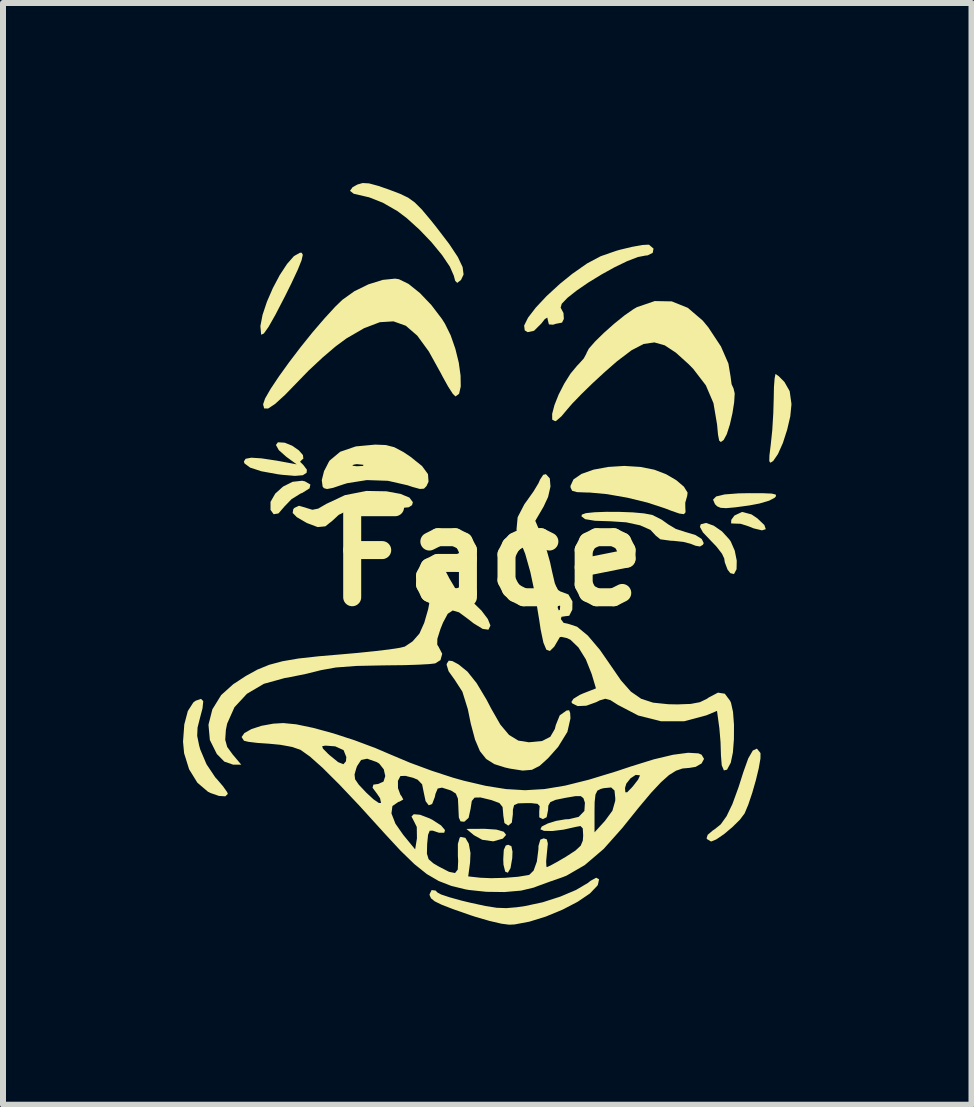
<source format=kicad_pcb>
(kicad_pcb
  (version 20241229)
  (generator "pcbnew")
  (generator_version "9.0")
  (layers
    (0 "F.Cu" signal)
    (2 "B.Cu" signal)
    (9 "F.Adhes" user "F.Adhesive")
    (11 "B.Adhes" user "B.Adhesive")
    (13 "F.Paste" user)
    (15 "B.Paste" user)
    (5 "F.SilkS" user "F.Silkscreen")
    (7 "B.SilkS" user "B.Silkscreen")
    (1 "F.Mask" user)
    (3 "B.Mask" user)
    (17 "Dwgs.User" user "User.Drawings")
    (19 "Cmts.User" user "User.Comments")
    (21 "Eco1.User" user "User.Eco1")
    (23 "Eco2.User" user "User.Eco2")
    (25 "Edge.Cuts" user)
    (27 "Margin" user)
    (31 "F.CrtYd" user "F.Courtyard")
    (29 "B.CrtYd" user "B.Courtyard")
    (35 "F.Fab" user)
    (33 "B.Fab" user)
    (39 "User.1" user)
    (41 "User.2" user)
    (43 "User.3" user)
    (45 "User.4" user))
  (footprint "Face"
    (layer "F.Cu")
    (at 5.069 6.224)
    (property "Reference" "Face" (at 0 0 0) (layer "F.SilkS") (effects (font (size 1.5 1.5) (thickness 0.3))))
    (attr board_only exclude_from_pos_files exclude_from_bom)
    (fp_poly (pts (xy 0.152 4.55) (xy 0.275 4.586) (xy 0.315 4.638) (xy 0.26 4.701) (xy 0.1 4.746) (xy -0.083 4.72) (xy -0.221 4.644) (xy -0.347 4.539) (xy -0.043 4.537)) (stroke (width 0) (type solid)) (fill yes) (layer "F.SilkS"))
    (fp_poly (pts (xy 0.403 4.827) (xy 0.421 4.917) (xy 0.417 5.025) (xy 0.388 5.193) (xy 0.344 5.269) (xy 0.3 5.251) (xy 0.271 5.136) (xy 0.267 5.047) (xy 0.276 4.889) (xy 0.309 4.815) (xy 0.35 4.803)) (stroke (width 0) (type solid)) (fill yes) (layer "F.SilkS"))
    (fp_poly (pts (xy 4.404 -0.702) (xy 4.502 -0.636) (xy 4.618 -0.525) (xy 4.642 -0.456) (xy 4.579 -0.436) (xy 4.438 -0.47) (xy 4.351 -0.505) (xy 4.22 -0.546) (xy 4.125 -0.549) (xy 4.124 -0.549) (xy 4.064 -0.552) (xy 4.067 -0.611) (xy 4.119 -0.683) (xy 4.246 -0.743)) (stroke (width 0) (type solid)) (fill yes) (layer "F.SilkS"))
    (fp_poly (pts (xy -3.038 -1.253) (xy -2.947 -1.2) (xy -2.961 -1.136) (xy -3.079 -1.062) (xy -3.111 -1.049) (xy -3.261 -0.956) (xy -3.377 -0.836) (xy -3.379 -0.834) (xy -3.479 -0.718) (xy -3.559 -0.705) (xy -3.611 -0.777) (xy -3.611 -0.911) (xy -3.533 -1.048) (xy -3.402 -1.166) (xy -3.244 -1.245) (xy -3.084 -1.263)) (stroke (width 0) (type solid)) (fill yes) (layer "F.SilkS"))
    (fp_poly (pts (xy 4.601 -1.055) (xy 4.741 -1.049) (xy 4.807 -1.033) (xy 4.813 -1.007) (xy 4.791 -0.98) (xy 4.7 -0.932) (xy 4.539 -0.884) (xy 4.371 -0.852) (xy 4.135 -0.82) (xy 3.982 -0.806) (xy 3.888 -0.812) (xy 3.831 -0.837) (xy 3.795 -0.873) (xy 3.763 -0.948) (xy 3.815 -1.001) (xy 3.955 -1.035) (xy 4.192 -1.053) (xy 4.369 -1.056)) (stroke (width 0) (type solid)) (fill yes) (layer "F.SilkS"))
    (fp_poly (pts (xy -3.092 -5.062) (xy -3.073 -5.028) (xy -3.093 -4.939) (xy -3.155 -4.784) (xy -3.263 -4.553) (xy -3.374 -4.329) (xy -3.529 -4.03) (xy -3.644 -3.827) (xy -3.722 -3.717) (xy -3.763 -3.697) (xy -3.768 -3.704) (xy -3.78 -3.84) (xy -3.744 -4.027) (xy -3.671 -4.246) (xy -3.572 -4.474) (xy -3.457 -4.691) (xy -3.336 -4.875) (xy -3.22 -5.007) (xy -3.119 -5.063)) (stroke (width 0) (type solid)) (fill yes) (layer "F.SilkS"))
    (fp_poly (pts (xy 3.775 -0.514) (xy 3.913 -0.418) (xy 4.033 -0.287) (xy 4.058 -0.251) (xy 4.125 -0.097) (xy 4.158 0.069) (xy 4.155 0.211) (xy 4.112 0.292) (xy 4.051 0.277) (xy 4.005 0.218) (xy 3.959 0.097) (xy 3.949 0.032) (xy 3.912 -0.047) (xy 3.819 -0.167) (xy 3.725 -0.265) (xy 3.594 -0.403) (xy 3.545 -0.493) (xy 3.558 -0.538) (xy 3.647 -0.56)) (stroke (width 0) (type solid)) (fill yes) (layer "F.SilkS"))
    (fp_poly (pts (xy 4.858 -3.005) (xy 4.945 -2.917) (xy 4.953 -2.908) (xy 5.04 -2.756) (xy 5.069 -2.549) (xy 5.069 -2.526) (xy 5.05 -2.335) (xy 4.998 -2.113) (xy 4.927 -1.892) (xy 4.845 -1.708) (xy 4.766 -1.593) (xy 4.76 -1.588) (xy 4.718 -1.563) (xy 4.7 -1.59) (xy 4.703 -1.687) (xy 4.725 -1.868) (xy 4.75 -2.106) (xy 4.767 -2.388) (xy 4.774 -2.628) (xy 4.778 -2.823) (xy 4.789 -2.968) (xy 4.803 -3.039) (xy 4.806 -3.042)) (stroke (width 0) (type solid)) (fill yes) (layer "F.SilkS"))
    (fp_poly (pts (xy -4.732 2.41) (xy -4.744 2.528) (xy -4.783 2.676) (xy -4.827 2.85) (xy -4.833 2.989) (xy -4.8 3.151) (xy -4.781 3.218) (xy -4.678 3.461) (xy -4.531 3.681) (xy -4.511 3.702) (xy -4.404 3.827) (xy -4.336 3.923) (xy -4.322 3.955) (xy -4.364 3.996) (xy -4.471 3.989) (xy -4.613 3.94) (xy -4.654 3.919) (xy -4.83 3.769) (xy -4.968 3.545) (xy -5.051 3.278) (xy -5.069 3.085) (xy -5.048 2.798) (xy -4.989 2.574) (xy -4.897 2.431) (xy -4.857 2.402) (xy -4.769 2.372)) (stroke (width 0) (type solid)) (fill yes) (layer "F.SilkS"))
    (fp_poly (pts (xy 4.551 3.271) (xy 4.554 3.278) (xy 4.553 3.366) (xy 4.525 3.526) (xy 4.477 3.726) (xy 4.416 3.939) (xy 4.351 4.133) (xy 4.289 4.281) (xy 4.287 4.283) (xy 4.211 4.385) (xy 4.087 4.507) (xy 3.946 4.626) (xy 3.817 4.714) (xy 3.73 4.749) (xy 3.666 4.711) (xy 3.655 4.695) (xy 3.674 4.637) (xy 3.762 4.562) (xy 3.784 4.549) (xy 3.891 4.463) (xy 3.989 4.326) (xy 4.086 4.124) (xy 4.189 3.841) (xy 4.269 3.589) (xy 4.35 3.363) (xy 4.426 3.232) (xy 4.494 3.201)) (stroke (width 0) (type solid)) (fill yes) (layer "F.SilkS"))
    (fp_poly (pts (xy -3.375 -1.897) (xy -3.249 -1.846) (xy -3.14 -1.77) (xy -3.071 -1.691) (xy -3.064 -1.63) (xy -3.084 -1.616) (xy -3.119 -1.58) (xy -3.063 -1.524) (xy -3.005 -1.446) (xy -3.01 -1.395) (xy -3.073 -1.355) (xy -3.204 -1.344) (xy -3.419 -1.362) (xy -3.495 -1.372) (xy -3.764 -1.421) (xy -3.951 -1.482) (xy -4.045 -1.552) (xy -4.055 -1.584) (xy -4.026 -1.629) (xy -3.932 -1.647) (xy -3.761 -1.636) (xy -3.503 -1.597) (xy -3.362 -1.571) (xy -3.175 -1.536) (xy -3.348 -1.662) (xy -3.473 -1.773) (xy -3.521 -1.859) (xy -3.488 -1.904)) (stroke (width 0) (type solid)) (fill yes) (layer "F.SilkS"))
    (fp_poly (pts (xy 2.555 -1.493) (xy 2.784 -1.447) (xy 2.98 -1.372) (xy 3.151 -1.272) (xy 3.278 -1.164) (xy 3.339 -1.065) (xy 3.332 -1.01) (xy 3.3 -0.897) (xy 3.301 -0.814) (xy 3.305 -0.738) (xy 3.278 -0.706) (xy 3.202 -0.716) (xy 3.055 -0.767) (xy 2.962 -0.803) (xy 2.669 -0.899) (xy 2.332 -0.981) (xy 1.994 -1.04) (xy 1.701 -1.067) (xy 1.656 -1.067) (xy 1.496 -1.073) (xy 1.415 -1.096) (xy 1.389 -1.148) (xy 1.387 -1.176) (xy 1.437 -1.285) (xy 1.572 -1.377) (xy 1.772 -1.448) (xy 2.016 -1.493) (xy 2.284 -1.51)) (stroke (width 0) (type solid)) (fill yes) (layer "F.SilkS"))
    (fp_poly (pts (xy -1.68 -1.087) (xy -1.446 -1.044) (xy -1.296 -0.982) (xy -1.239 -0.905) (xy -1.253 -0.856) (xy -1.307 -0.821) (xy -1.425 -0.809) (xy -1.624 -0.817) (xy -1.709 -0.824) (xy -2.034 -0.833) (xy -2.283 -0.791) (xy -2.475 -0.694) (xy -2.583 -0.594) (xy -2.698 -0.503) (xy -2.826 -0.491) (xy -2.999 -0.556) (xy -3.015 -0.564) (xy -3.173 -0.656) (xy -3.242 -0.726) (xy -3.232 -0.789) (xy -3.214 -0.81) (xy -3.137 -0.846) (xy -3.021 -0.813) (xy -3.015 -0.81) (xy -2.913 -0.779) (xy -2.816 -0.799) (xy -2.68 -0.878) (xy -2.371 -1.023) (xy -2.013 -1.093)) (stroke (width 0) (type solid)) (fill yes) (layer "F.SilkS"))
    (fp_poly (pts (xy -1.969 -6.218) (xy -1.814 -6.176) (xy -1.63 -6.112) (xy -1.451 -6.044) (xy -1.318 -5.98) (xy -1.207 -5.9) (xy -1.092 -5.785) (xy -0.949 -5.615) (xy -0.853 -5.495) (xy -0.635 -5.21) (xy -0.489 -4.99) (xy -0.41 -4.823) (xy -0.394 -4.7) (xy -0.435 -4.612) (xy -0.441 -4.605) (xy -0.5 -4.56) (xy -0.534 -4.595) (xy -0.557 -4.681) (xy -0.623 -4.831) (xy -0.753 -5.024) (xy -0.929 -5.238) (xy -1.132 -5.45) (xy -1.341 -5.639) (xy -1.496 -5.756) (xy -1.74 -5.896) (xy -1.968 -5.986) (xy -2.056 -6.006) (xy -2.224 -6.045) (xy -2.287 -6.094) (xy -2.243 -6.155) (xy -2.163 -6.199) (xy -2.076 -6.224)) (stroke (width 0) (type solid)) (fill yes) (layer "F.SilkS"))
    (fp_poly (pts (xy 2.206 -0.744) (xy 2.424 -0.736) (xy 2.612 -0.719) (xy 2.742 -0.695) (xy 2.758 -0.69) (xy 2.909 -0.613) (xy 3.015 -0.537) (xy 3.141 -0.461) (xy 3.303 -0.408) (xy 3.316 -0.405) (xy 3.469 -0.359) (xy 3.574 -0.293) (xy 3.608 -0.224) (xy 3.593 -0.195) (xy 3.545 -0.167) (xy 3.471 -0.18) (xy 3.388 -0.213) (xy 3.267 -0.244) (xy 3.1 -0.262) (xy 3.061 -0.263) (xy 2.885 -0.287) (xy 2.808 -0.349) (xy 2.72 -0.444) (xy 2.548 -0.52) (xy 2.316 -0.57) (xy 2.06 -0.587) (xy 1.794 -0.596) (xy 1.631 -0.623) (xy 1.57 -0.67) (xy 1.578 -0.699) (xy 1.644 -0.723) (xy 1.789 -0.738) (xy 1.985 -0.745)) (stroke (width 0) (type solid)) (fill yes) (layer "F.SilkS"))
    (fp_poly (pts (xy -1.69 -1.858) (xy -1.549 -1.822) (xy -1.4 -1.743) (xy -1.281 -1.664) (xy -1.086 -1.508) (xy -0.987 -1.373) (xy -0.978 -1.247) (xy -1.012 -1.174) (xy -1.054 -1.131) (xy -1.122 -1.126) (xy -1.246 -1.16) (xy -1.326 -1.187) (xy -1.654 -1.262) (xy -2.006 -1.274) (xy -2.334 -1.222) (xy -2.401 -1.201) (xy -2.571 -1.144) (xy -2.669 -1.125) (xy -2.721 -1.139) (xy -2.743 -1.166) (xy -2.757 -1.273) (xy -2.719 -1.424) (xy -2.672 -1.514) (xy -2.249 -1.514) (xy -2.178 -1.505) (xy -2.161 -1.505) (xy -2.07 -1.51) (xy -2.062 -1.527) (xy -2.067 -1.529) (xy -2.173 -1.54) (xy -2.227 -1.531) (xy -2.249 -1.514) (xy -2.672 -1.514) (xy -2.639 -1.579) (xy -2.624 -1.601) (xy -2.45 -1.746) (xy -2.19 -1.835) (xy -1.868 -1.865)) (stroke (width 0) (type solid)) (fill yes) (layer "F.SilkS"))
    (fp_poly (pts (xy 1.864 5.379) (xy 1.844 5.47) (xy 1.835 5.485) (xy 1.711 5.615) (xy 1.509 5.752) (xy 1.256 5.884) (xy 0.978 5.999) (xy 0.701 6.085) (xy 0.454 6.131) (xy 0.365 6.135) (xy 0.235 6.118) (xy 0.038 6.072) (xy -0.19 6.006) (xy -0.285 5.975) (xy -0.563 5.878) (xy -0.755 5.804) (xy -0.874 5.746) (xy -0.937 5.695) (xy -0.96 5.643) (xy -0.961 5.628) (xy -0.927 5.558) (xy -0.86 5.566) (xy -0.829 5.599) (xy -0.767 5.632) (xy -0.625 5.679) (xy -0.426 5.734) (xy -0.285 5.768) (xy -0.032 5.823) (xy 0.157 5.853) (xy 0.319 5.859) (xy 0.493 5.844) (xy 0.632 5.824) (xy 0.925 5.761) (xy 1.218 5.667) (xy 1.48 5.556) (xy 1.678 5.439) (xy 1.72 5.405) (xy 1.815 5.352)) (stroke (width 0) (type solid)) (fill yes) (layer "F.SilkS"))
    (fp_poly (pts (xy -0.581 1.742) (xy -0.48 1.796) (xy -0.33 1.917) (xy -0.177 2.109) (xy -0.011 2.386) (xy 0.068 2.537) (xy 0.219 2.801) (xy 0.364 2.973) (xy 0.518 3.067) (xy 0.694 3.095) (xy 0.695 3.095) (xy 0.914 3.074) (xy 1.051 3.004) (xy 1.127 2.873) (xy 1.143 2.808) (xy 1.208 2.647) (xy 1.32 2.567) (xy 1.365 2.561) (xy 1.382 2.607) (xy 1.387 2.697) (xy 1.336 2.922) (xy 1.181 3.173) (xy 1.015 3.36) (xy 0.875 3.487) (xy 0.745 3.554) (xy 0.591 3.567) (xy 0.38 3.534) (xy 0.295 3.515) (xy 0.118 3.459) (xy -0.017 3.374) (xy -0.121 3.244) (xy -0.203 3.051) (xy -0.275 2.78) (xy -0.323 2.545) (xy -0.414 2.252) (xy -0.544 2.051) (xy -0.644 1.911) (xy -0.677 1.803) (xy -0.673 1.784) (xy -0.641 1.735)) (stroke (width 0) (type solid)) (fill yes) (layer "F.SilkS"))
    (fp_poly (pts (xy 2.698 -5.194) (xy 2.771 -5.132) (xy 2.758 -5.061) (xy 2.672 -5.018) (xy 2.641 -5.016) (xy 2.511 -4.991) (xy 2.332 -4.922) (xy 2.123 -4.821) (xy 1.901 -4.698) (xy 1.684 -4.565) (xy 1.49 -4.432) (xy 1.337 -4.311) (xy 1.242 -4.212) (xy 1.223 -4.147) (xy 1.227 -4.141) (xy 1.271 -4.057) (xy 1.277 -3.96) (xy 1.247 -3.899) (xy 1.232 -3.895) (xy 1.142 -3.878) (xy 1.098 -3.863) (xy 1.028 -3.868) (xy 1.012 -3.93) (xy 1.001 -3.982) (xy 0.959 -3.956) (xy 0.901 -3.882) (xy 0.78 -3.762) (xy 0.674 -3.739) (xy 0.625 -3.769) (xy 0.615 -3.849) (xy 0.68 -3.98) (xy 0.809 -4.148) (xy 0.989 -4.34) (xy 1.211 -4.544) (xy 1.416 -4.71) (xy 1.664 -4.884) (xy 1.89 -5.004) (xy 2.145 -5.093) (xy 2.207 -5.111) (xy 2.411 -5.16) (xy 2.581 -5.191) (xy 2.686 -5.197)) (stroke (width 0) (type solid)) (fill yes) (layer "F.SilkS"))
    (fp_poly (pts (xy -1.471 -4.621) (xy -1.311 -4.543) (xy -1.123 -4.392) (xy -0.931 -4.191) (xy -0.756 -3.961) (xy -0.705 -3.881) (xy -0.609 -3.686) (xy -0.531 -3.462) (xy -0.474 -3.231) (xy -0.444 -3.014) (xy -0.441 -2.834) (xy -0.469 -2.711) (xy -0.529 -2.668) (xy -0.574 -2.712) (xy -0.65 -2.83) (xy -0.744 -2.999) (xy -0.773 -3.055) (xy -0.974 -3.418) (xy -1.165 -3.68) (xy -1.357 -3.846) (xy -1.562 -3.919) (xy -1.789 -3.905) (xy -2.05 -3.806) (xy -2.347 -3.634) (xy -2.528 -3.5) (xy -2.747 -3.313) (xy -2.975 -3.1) (xy -3.138 -2.932) (xy -3.368 -2.695) (xy -3.537 -2.541) (xy -3.652 -2.466) (xy -3.717 -2.468) (xy -3.735 -2.536) (xy -3.702 -2.633) (xy -3.61 -2.793) (xy -3.472 -3) (xy -3.301 -3.238) (xy -3.109 -3.49) (xy -2.908 -3.74) (xy -2.71 -3.97) (xy -2.53 -4.166) (xy -2.414 -4.278) (xy -2.214 -4.421) (xy -1.979 -4.536) (xy -1.741 -4.61) (xy -1.536 -4.631)) (stroke (width 0) (type solid)) (fill yes) (layer "F.SilkS"))
    (fp_poly (pts (xy 3.075 -4.252) (xy 3.343 -4.144) (xy 3.592 -3.931) (xy 3.685 -3.818) (xy 3.895 -3.5) (xy 4.019 -3.216) (xy 4.055 -3.001) (xy 4.072 -2.872) (xy 4.105 -2.799) (xy 4.124 -2.719) (xy 4.115 -2.57) (xy 4.086 -2.386) (xy 4.043 -2.198) (xy 3.992 -2.039) (xy 3.94 -1.942) (xy 3.937 -1.94) (xy 3.893 -1.908) (xy 3.865 -1.932) (xy 3.846 -2.03) (xy 3.83 -2.201) (xy 3.77 -2.556) (xy 3.643 -2.853) (xy 3.433 -3.127) (xy 3.36 -3.202) (xy 3.144 -3.397) (xy 2.959 -3.519) (xy 2.785 -3.568) (xy 2.607 -3.542) (xy 2.406 -3.438) (xy 2.166 -3.256) (xy 1.963 -3.079) (xy 1.758 -2.89) (xy 1.57 -2.707) (xy 1.42 -2.552) (xy 1.336 -2.455) (xy 1.237 -2.337) (xy 1.153 -2.264) (xy 1.133 -2.255) (xy 1.083 -2.281) (xy 1.082 -2.377) (xy 1.12 -2.523) (xy 1.189 -2.697) (xy 1.282 -2.879) (xy 1.388 -3.048) (xy 1.501 -3.184) (xy 1.516 -3.198) (xy 1.609 -3.301) (xy 1.653 -3.382) (xy 1.654 -3.39) (xy 1.693 -3.464) (xy 1.797 -3.583) (xy 1.945 -3.728) (xy 2.115 -3.879) (xy 2.286 -4.017) (xy 2.438 -4.123) (xy 2.495 -4.156) (xy 2.791 -4.257)) (stroke (width 0) (type solid)) (fill yes) (layer "F.SilkS"))
    (fp_poly (pts (xy -0.806 0.128) (xy -0.716 0.202) (xy -0.642 0.342) (xy -0.64 0.349) (xy -0.536 0.524) (xy -0.399 0.641) (xy -0.24 0.76) (xy -0.095 0.902) (xy 0.01 1.041) (xy 0.053 1.148) (xy 0.053 1.151) (xy 0.02 1.219) (xy -0.075 1.206) (xy -0.226 1.114) (xy -0.322 1.039) (xy -0.47 0.93) (xy -0.575 0.899) (xy -0.658 0.954) (xy -0.737 1.102) (xy -0.779 1.207) (xy -0.831 1.371) (xy -0.833 1.468) (xy -0.809 1.507) (xy -0.75 1.621) (xy -0.779 1.726) (xy -0.867 1.781) (xy -0.963 1.792) (xy -1.142 1.802) (xy -1.381 1.81) (xy -1.657 1.813) (xy -1.736 1.814) (xy -2.18 1.823) (xy -2.523 1.849) (xy -2.768 1.893) (xy -2.777 1.895) (xy -3.009 1.953) (xy -3.266 2.006) (xy -3.376 2.025) (xy -3.722 2.121) (xy -4.004 2.287) (xy -4.212 2.511) (xy -4.334 2.785) (xy -4.355 2.889) (xy -4.366 3.054) (xy -4.333 3.173) (xy -4.243 3.297) (xy -4.099 3.468) (xy -4.235 3.468) (xy -4.381 3.417) (xy -4.506 3.29) (xy -4.622 3.057) (xy -4.645 2.802) (xy -4.58 2.546) (xy -4.433 2.308) (xy -4.233 2.128) (xy -4.022 1.99) (xy -3.829 1.884) (xy -3.633 1.804) (xy -3.412 1.745) (xy -3.144 1.699) (xy -2.808 1.662) (xy -2.478 1.634) (xy -2.159 1.606) (xy -1.868 1.576) (xy -1.626 1.547) (xy -1.452 1.52) (xy -1.374 1.501) (xy -1.245 1.415) (xy -1.131 1.285) (xy -1.127 1.278) (xy -1.049 1.103) (xy -0.983 0.874) (xy -0.939 0.633) (xy -0.924 0.421) (xy -0.934 0.322) (xy -0.937 0.185) (xy -0.887 0.122)) (stroke (width 0) (type solid)) (fill yes) (layer "F.SilkS"))
    (fp_poly (pts (xy 1.043 -1.302) (xy 1.054 -1.166) (xy 1.014 -0.992) (xy 0.938 -0.829) (xy 0.801 -0.595) (xy 0.908 -0.344) (xy 0.979 -0.148) (xy 1.046 0.09) (xy 1.08 0.247) (xy 1.126 0.444) (xy 1.172 0.552) (xy 1.228 0.587) (xy 1.233 0.587) (xy 1.353 0.632) (xy 1.42 0.747) (xy 1.418 0.885) (xy 1.366 0.987) (xy 1.305 0.994) (xy 1.238 1.004) (xy 1.227 1.042) (xy 1.273 1.105) (xy 1.349 1.121) (xy 1.498 1.17) (xy 1.676 1.317) (xy 1.877 1.554) (xy 2.043 1.794) (xy 2.229 2.064) (xy 2.394 2.251) (xy 2.565 2.37) (xy 2.764 2.435) (xy 3.016 2.461) (xy 3.169 2.464) (xy 3.391 2.456) (xy 3.544 2.427) (xy 3.662 2.37) (xy 3.693 2.348) (xy 3.845 2.268) (xy 3.959 2.286) (xy 4.048 2.405) (xy 4.063 2.44) (xy 4.096 2.59) (xy 4.112 2.804) (xy 4.111 3.042) (xy 4.094 3.264) (xy 4.06 3.429) (xy 4.056 3.44) (xy 3.996 3.552) (xy 3.944 3.564) (xy 3.908 3.479) (xy 3.895 3.316) (xy 3.888 3.095) (xy 3.869 2.867) (xy 3.862 2.814) (xy 3.829 2.572) (xy 3.653 2.646) (xy 3.282 2.745) (xy 2.896 2.745) (xy 2.516 2.649) (xy 2.179 2.473) (xy 2.053 2.393) (xy 1.967 2.37) (xy 1.875 2.397) (xy 1.816 2.427) (xy 1.651 2.486) (xy 1.507 2.492) (xy 1.416 2.447) (xy 1.403 2.423) (xy 1.436 2.371) (xy 1.541 2.306) (xy 1.598 2.281) (xy 1.812 2.197) (xy 1.74 1.956) (xy 1.643 1.713) (xy 1.52 1.515) (xy 1.387 1.387) (xy 1.329 1.359) (xy 1.238 1.339) (xy 1.21 1.343) (xy 1.117 1.502) (xy 1.044 1.574) (xy 0.985 1.552) (xy 0.936 1.434) (xy 0.89 1.215) (xy 0.868 1.067) (xy 0.833 0.854) (xy 1.174 0.854) (xy 1.193 0.898) (xy 1.21 0.889) (xy 1.216 0.826) (xy 1.21 0.818) (xy 1.178 0.826) (xy 1.174 0.854) (xy 0.833 0.854) (xy 0.798 0.633) (xy 0.718 0.256) (xy 0.633 -0.045) (xy 0.558 -0.233) (xy 0.488 -0.449) (xy 0.507 -0.655) (xy 0.62 -0.873) (xy 0.663 -0.932) (xy 0.772 -1.086) (xy 0.854 -1.222) (xy 0.881 -1.283) (xy 0.933 -1.362) (xy 0.978 -1.373)) (stroke (width 0) (type solid)) (fill yes) (layer "F.SilkS"))
    (fp_poly (pts (xy -3.183 2.796) (xy -2.896 2.856) (xy -2.564 2.947) (xy -2.21 3.062) (xy -1.86 3.193) (xy -1.596 3.306) (xy -1.284 3.437) (xy -0.924 3.57) (xy -0.571 3.685) (xy -0.393 3.735) (xy -0.021 3.822) (xy 0.313 3.875) (xy 0.631 3.894) (xy 0.953 3.875) (xy 1.3 3.817) (xy 1.693 3.719) (xy 2.152 3.579) (xy 2.401 3.496) (xy 2.778 3.379) (xy 3.098 3.303) (xy 3.349 3.27) (xy 3.52 3.28) (xy 3.572 3.302) (xy 3.613 3.372) (xy 3.572 3.448) (xy 3.473 3.505) (xy 3.369 3.522) (xy 3.255 3.532) (xy 3.146 3.569) (xy 3.029 3.642) (xy 2.895 3.762) (xy 2.731 3.937) (xy 2.528 4.179) (xy 2.273 4.496) (xy 2.255 4.519) (xy 1.94 4.873) (xy 1.625 5.142) (xy 1.319 5.319) (xy 1.241 5.349) (xy 1.036 5.42) (xy 0.831 5.495) (xy 0.774 5.517) (xy 0.564 5.567) (xy 0.288 5.591) (xy -0.015 5.587) (xy -0.308 5.556) (xy -0.364 5.546) (xy -0.6 5.488) (xy -0.809 5.407) (xy -1.007 5.291) (xy -1.213 5.126) (xy -1.445 4.901) (xy -1.722 4.602) (xy -1.734 4.588) (xy -2.013 4.281) (xy -1.596 4.281) (xy -1.53 4.451) (xy -1.401 4.636) (xy -1.201 4.88) (xy -1.171 4.695) (xy -1.174 4.506) (xy -1.218 4.417) (xy -1.262 4.332) (xy -1.224 4.294) (xy -1.119 4.303) (xy -0.964 4.362) (xy -0.912 4.388) (xy -0.769 4.481) (xy -0.704 4.558) (xy -0.716 4.603) (xy -0.806 4.602) (xy -0.907 4.568) (xy -0.958 4.569) (xy -0.986 4.638) (xy -1.001 4.792) (xy -1.005 4.95) (xy -0.977 5.043) (xy -0.897 5.113) (xy -0.807 5.166) (xy -0.636 5.254) (xy -0.536 5.274) (xy -0.491 5.216) (xy -0.484 5.071) (xy -0.489 4.99) (xy -0.489 4.788) (xy -0.459 4.685) (xy -0.441 4.672) (xy -0.364 4.688) (xy -0.307 4.786) (xy -0.279 4.941) (xy -0.286 5.101) (xy -0.317 5.33) (xy -0.119 5.352) (xy 0.066 5.36) (xy 0.293 5.354) (xy 0.515 5.336) (xy 0.685 5.308) (xy 0.701 5.304) (xy 0.773 5.233) (xy 0.827 5.083) (xy 0.853 4.879) (xy 0.854 4.823) (xy 0.885 4.718) (xy 0.941 4.696) (xy 0.993 4.713) (xy 1.01 4.782) (xy 0.996 4.928) (xy 0.995 4.936) (xy 0.982 5.078) (xy 0.986 5.164) (xy 0.994 5.176) (xy 1.052 5.15) (xy 1.173 5.084) (xy 1.311 5.003) (xy 1.471 4.899) (xy 1.558 4.818) (xy 1.593 4.733) (xy 1.599 4.65) (xy 1.596 4.596) (xy 1.788 4.596) (xy 1.961 4.406) (xy 2.086 4.236) (xy 2.133 4.071) (xy 2.134 4.03) (xy 2.121 3.899) (xy 2.075 3.857) (xy 2.296 3.857) (xy 2.302 3.928) (xy 2.331 3.929) (xy 2.403 3.856) (xy 2.432 3.823) (xy 2.513 3.719) (xy 2.544 3.652) (xy 2.542 3.645) (xy 2.474 3.639) (xy 2.388 3.696) (xy 2.318 3.784) (xy 2.296 3.857) (xy 2.075 3.857) (xy 2.065 3.848) (xy 1.941 3.86) (xy 1.894 3.872) (xy 1.836 3.901) (xy 1.804 3.966) (xy 1.79 4.092) (xy 1.788 4.248) (xy 1.788 4.596) (xy 1.596 4.596) (xy 1.592 4.53) (xy 1.555 4.491) (xy 1.481 4.504) (xy 1.272 4.551) (xy 1.084 4.574) (xy 0.945 4.571) (xy 0.886 4.545) (xy 0.909 4.499) (xy 1.007 4.449) (xy 1.148 4.405) (xy 1.301 4.379) (xy 1.364 4.376) (xy 1.524 4.338) (xy 1.619 4.24) (xy 1.628 4.103) (xy 1.603 4.027) (xy 1.56 3.993) (xy 1.469 3.993) (xy 1.304 4.021) (xy 1.138 4.055) (xy 1.051 4.093) (xy 1.018 4.152) (xy 1.014 4.224) (xy 0.99 4.344) (xy 0.928 4.376) (xy 0.867 4.346) (xy 0.867 4.243) (xy 0.867 4.242) (xy 0.874 4.159) (xy 0.838 4.121) (xy 0.731 4.109) (xy 0.66 4.109) (xy 0.515 4.113) (xy 0.448 4.142) (xy 0.428 4.219) (xy 0.427 4.296) (xy 0.41 4.434) (xy 0.354 4.482) (xy 0.347 4.482) (xy 0.287 4.441) (xy 0.267 4.311) (xy 0.267 4.298) (xy 0.256 4.174) (xy 0.203 4.108) (xy 0.077 4.061) (xy 0.067 4.058) (xy -0.11 4.015) (xy -0.21 4.017) (xy -0.257 4.073) (xy -0.276 4.194) (xy -0.277 4.202) (xy -0.31 4.354) (xy -0.379 4.417) (xy -0.387 4.419) (xy -0.445 4.413) (xy -0.473 4.35) (xy -0.48 4.206) (xy -0.48 4.191) (xy -0.488 4.035) (xy -0.523 3.95) (xy -0.6 3.901) (xy -0.617 3.894) (xy -0.754 3.851) (xy -0.825 3.866) (xy -0.862 3.954) (xy -0.873 4.007) (xy -0.918 4.124) (xy -0.975 4.145) (xy -1.027 4.076) (xy -1.057 3.935) (xy -1.085 3.796) (xy -1.159 3.719) (xy -1.236 3.687) (xy -1.363 3.655) (xy -1.445 3.658) (xy -1.447 3.659) (xy -1.488 3.738) (xy -1.487 3.86) (xy -1.446 3.971) (xy -1.428 3.993) (xy -1.399 4.049) (xy -1.461 4.084) (xy -1.482 4.09) (xy -1.58 4.158) (xy -1.596 4.281) (xy -2.013 4.281) (xy -2.132 4.15) (xy -2.467 3.796) (xy -2.632 3.632) (xy -2.211 3.632) (xy -2.202 3.711) (xy -2.141 3.801) (xy -2.017 3.933) (xy -2.016 3.934) (xy -1.895 4.046) (xy -1.805 4.107) (xy -1.769 4.107) (xy -1.786 4.027) (xy -1.835 3.955) (xy -1.911 3.852) (xy -1.897 3.801) (xy -1.814 3.789) (xy -1.728 3.75) (xy -1.699 3.658) (xy -1.724 3.546) (xy -1.8 3.45) (xy -1.843 3.424) (xy -2.001 3.369) (xy -2.101 3.39) (xy -2.169 3.493) (xy -2.183 3.532) (xy -2.211 3.632) (xy -2.632 3.632) (xy -2.74 3.524) (xy -2.953 3.334) (xy -3.106 3.225) (xy -3.117 3.219) (xy -3.252 3.173) (xy -3.321 3.16) (xy -2.75 3.16) (xy -2.738 3.2) (xy -2.652 3.287) (xy -2.627 3.31) (xy -2.483 3.427) (xy -2.396 3.461) (xy -2.354 3.412) (xy -2.348 3.341) (xy -2.394 3.226) (xy -2.533 3.163) (xy -2.695 3.151) (xy -2.75 3.16) (xy -3.321 3.16) (xy -3.448 3.137) (xy -3.637 3.119) (xy -3.828 3.106) (xy -3.978 3.088) (xy -4.053 3.07) (xy -4.093 3.008) (xy -4.046 2.941) (xy -3.93 2.876) (xy -3.763 2.821) (xy -3.565 2.785) (xy -3.398 2.775)) (stroke (width 0) (type solid)) (fill yes) (layer "F.SilkS")))
  (gr_rect
    (start -3 -3)
    (end 13.139 15.359)
    (stroke (width 0.1) (type default))
    (fill no)
    (layer "Edge.Cuts")))
</source>
